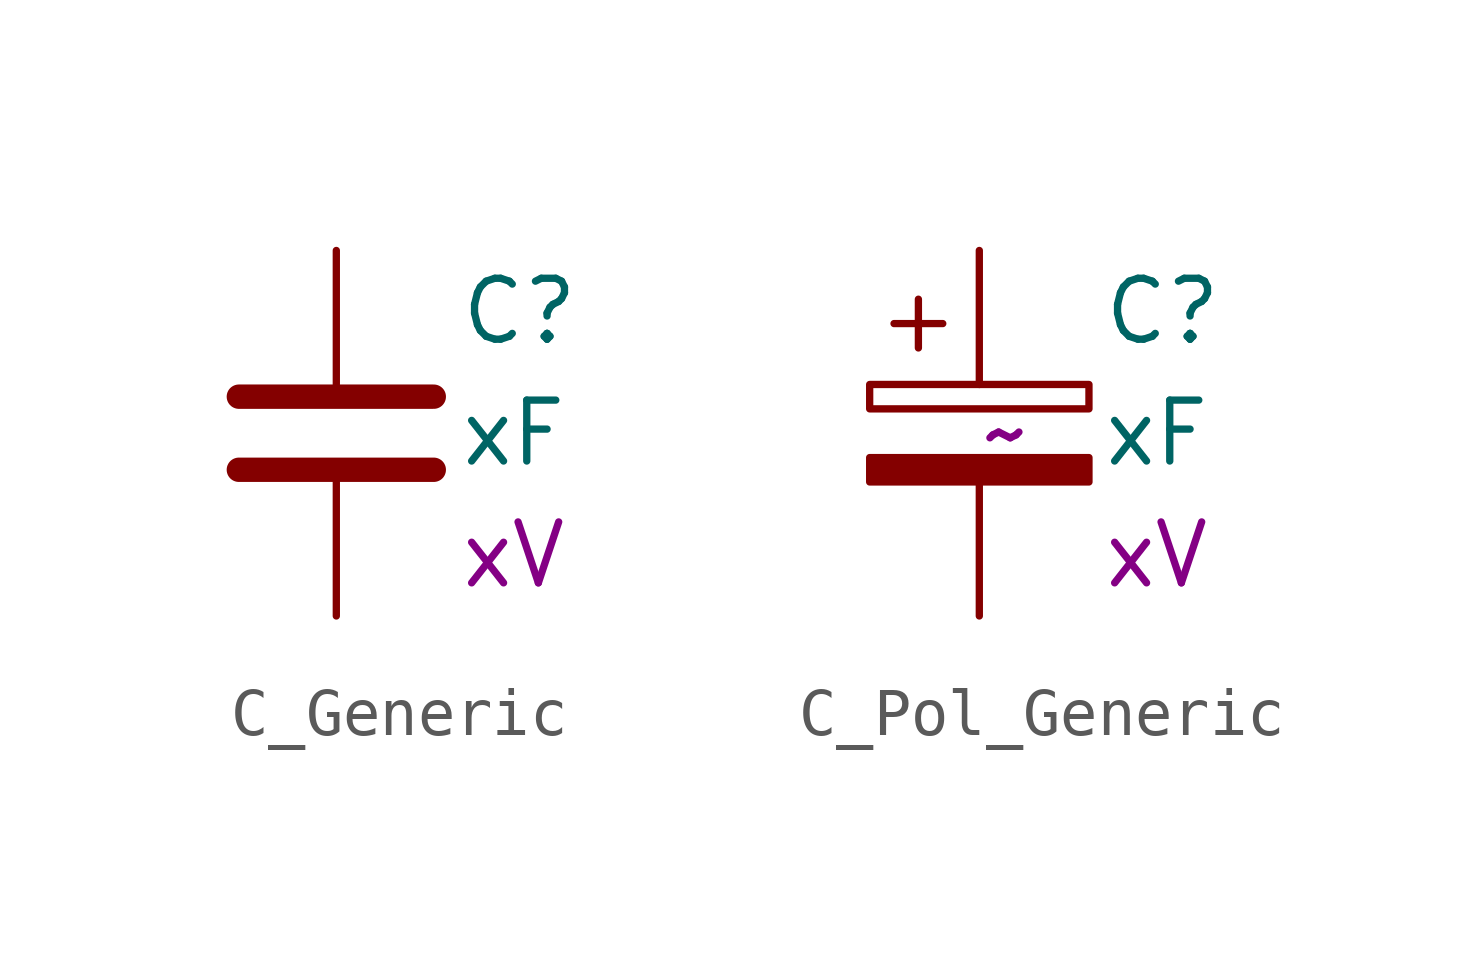
<source format=kicad_sym>
(kicad_symbol_lib
  (version 20220914)
  (generator kicad_symbol_editor)
  (symbol "C_Generic"
    (pin_numbers hide)
    (pin_names
      (offset 0.254))
    (property "Reference" "C"
      (at 2.54 2.54 0)
      (effects (font (size 1.27 1.27)) (justify left)))
    (property "Value" "xF"
      (at 2.54 0 0)
      (effects (font (size 1.27 1.27)) (justify left)))
    (property "Voltage" "xV"
      (at 2.54 -2.54 0)
      (effects (font (size 1.27 1.27)) (justify left)))
    (symbol "C_Generic_0_1"
      (polyline (pts (xy -2.032 -0.762) (xy 2.032 -0.762)) (stroke (width 0.508) (type default)) (fill (type none)))
      (polyline (pts (xy -2.032 0.762) (xy 2.032 0.762)) (stroke (width 0.508) (type default)) (fill (type none))))
    (symbol "C_Generic_1_1"
      (pin passive line (at 0 3.81 270) (length 2.794) (name "~" (effects (font (size 1.27 1.27)))) (number "1" (effects (font (size 1.27 1.27)))))
      (pin passive line (at 0 -3.81 90) (length 2.794) (name "~" (effects (font (size 1.27 1.27)))) (number "2" (effects (font (size 1.27 1.27)))))))
  (symbol "C_Pol_Generic"
    (pin_numbers hide)
    (pin_names
      (offset 0.254))
    (property "Reference" "C"
      (at 2.54 2.54 0)
      (effects (font (size 1.27 1.27)) (justify left)))
    (property "Value" "xF"
      (at 2.54 0 0)
      (effects (font (size 1.27 1.27)) (justify left)))
    (property "Voltage" "xV"
      (at 2.54 -2.54 0)
      (effects (font (size 1.27 1.27)) (justify left)))
    (property "Tolerance" "~"
      (at 0 0 0)
      (effects (font (size 1.27 1.27)) (justify left)))
    (symbol "C_Pol_Generic_0_1"
      (rectangle (start -2.286 0.508) (end 2.286 1.016) (stroke (width 0) (type default)) (fill (type none)))
      (polyline (pts (xy -1.778 2.286) (xy -0.762 2.286)) (stroke (width 0) (type default)) (fill (type none)))
      (polyline (pts (xy -1.27 2.794) (xy -1.27 1.778)) (stroke (width 0) (type default)) (fill (type none)))
      (rectangle (start 2.286 -0.508) (end -2.286 -1.016) (stroke (width 0) (type default)) (fill (type outline))))
    (symbol "C_Pol_Generic_1_1"
      (pin passive line (at 0 3.81 270) (length 2.794) (name "~" (effects (font (size 1.27 1.27)))) (number "1" (effects (font (size 1.27 1.27)))))
      (pin passive line (at 0 -3.81 90) (length 2.794) (name "~" (effects (font (size 1.27 1.27)))) (number "2" (effects (font (size 1.27 1.27))))))))
</source>
